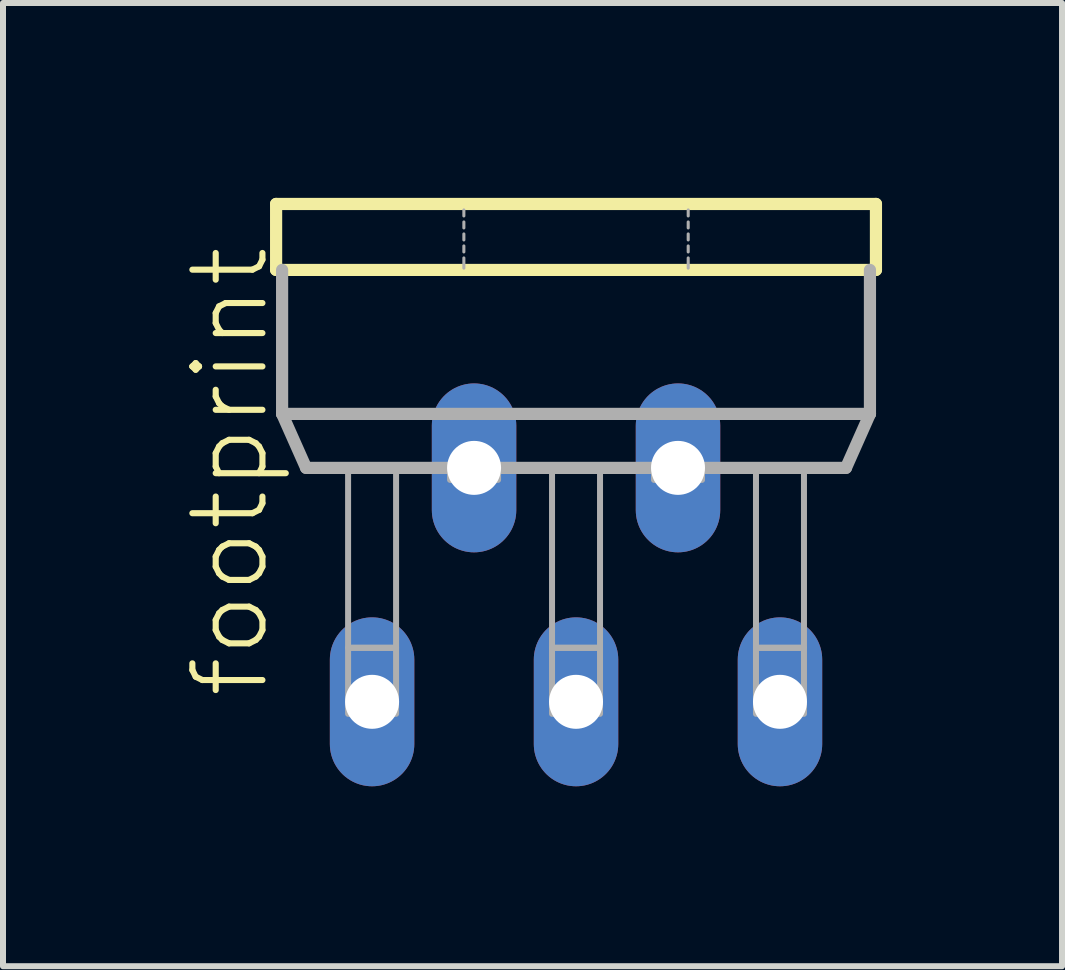
<source format=kicad_pcb>
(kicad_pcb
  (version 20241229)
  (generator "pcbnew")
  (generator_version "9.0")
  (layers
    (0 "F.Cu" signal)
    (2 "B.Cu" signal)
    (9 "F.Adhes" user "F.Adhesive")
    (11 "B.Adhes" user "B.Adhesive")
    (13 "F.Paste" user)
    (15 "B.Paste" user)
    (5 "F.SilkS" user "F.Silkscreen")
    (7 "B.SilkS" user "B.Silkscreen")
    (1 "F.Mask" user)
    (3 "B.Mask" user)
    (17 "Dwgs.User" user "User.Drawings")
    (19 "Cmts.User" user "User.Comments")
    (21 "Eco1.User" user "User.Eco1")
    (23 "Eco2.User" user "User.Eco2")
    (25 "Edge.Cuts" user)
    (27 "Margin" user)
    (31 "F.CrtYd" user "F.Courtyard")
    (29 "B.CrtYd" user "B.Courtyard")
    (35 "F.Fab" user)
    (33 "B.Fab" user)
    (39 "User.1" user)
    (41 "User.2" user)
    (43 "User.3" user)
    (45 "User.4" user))
  (footprint "footprint"
    (layer "F.Cu")
    (at 6.553 0.25)
    (property "Reference" "footprint" (at -5.08 8.382 90) (layer "F.SilkS") (effects (font (size 1.168 1.168) (thickness 0.102)) (justify left bottom)))
    (fp_line (start -5 0.1) (end -5 1.2) (stroke (width 0.203) (type solid)) (layer "F.SilkS"))
    (fp_line (start -5 1.2) (end 5 1.2) (stroke (width 0.203) (type solid)) (layer "F.SilkS"))
    (fp_line (start 5 0.1) (end -5 0.1) (stroke (width 0.203) (type solid)) (layer "F.SilkS"))
    (fp_line (start 5 1.2) (end 5 0.1) (stroke (width 0.203) (type solid)) (layer "F.SilkS"))
    (fp_line (start -4.9 1.2) (end -4.9 3.6) (stroke (width 0.203) (type solid)) (layer "F.Fab"))
    (fp_line (start -4.9 3.6) (end -4.5 4.5) (stroke (width 0.203) (type solid)) (layer "F.Fab"))
    (fp_line (start -4.9 3.6) (end 4.9 3.6) (stroke (width 0.203) (type solid)) (layer "F.Fab"))
    (fp_line (start -4.5 4.5) (end 4.5 4.5) (stroke (width 0.203) (type solid)) (layer "F.Fab"))
    (fp_line (start -1.87 0.2) (end -1.87 0.3) (stroke (width 0.051) (type solid)) (layer "F.Fab"))
    (fp_line (start -1.87 0.4) (end -1.87 0.5) (stroke (width 0.051) (type solid)) (layer "F.Fab"))
    (fp_line (start -1.87 0.6) (end -1.87 0.7) (stroke (width 0.051) (type solid)) (layer "F.Fab"))
    (fp_line (start -1.87 0.8) (end -1.87 0.9) (stroke (width 0.051) (type solid)) (layer "F.Fab"))
    (fp_line (start -1.87 1) (end -1.87 1.17) (stroke (width 0.051) (type solid)) (layer "F.Fab"))
    (fp_line (start 1.87 0.3) (end 1.87 0.2) (stroke (width 0.051) (type solid)) (layer "F.Fab"))
    (fp_line (start 1.87 0.5) (end 1.87 0.4) (stroke (width 0.051) (type solid)) (layer "F.Fab"))
    (fp_line (start 1.87 0.7) (end 1.87 0.6) (stroke (width 0.051) (type solid)) (layer "F.Fab"))
    (fp_line (start 1.87 0.9) (end 1.87 0.8) (stroke (width 0.051) (type solid)) (layer "F.Fab"))
    (fp_line (start 1.87 1.17) (end 1.87 1) (stroke (width 0.051) (type solid)) (layer "F.Fab"))
    (fp_line (start 4.5 4.5) (end 4.9 3.6) (stroke (width 0.203) (type solid)) (layer "F.Fab"))
    (fp_line (start 4.9 3.6) (end 4.9 1.2) (stroke (width 0.203) (type solid)) (layer "F.Fab"))
    (fp_poly (pts (xy -3.8 7.5) (xy -3 7.5) (xy -3 4.5) (xy -3.8 4.5)) (stroke (width 0.1) (type solid)) (fill no) (layer "F.Fab"))
    (fp_poly (pts (xy -3.8 8.6) (xy -3 8.6) (xy -3 7.5) (xy -3.8 7.5)) (stroke (width 0.1) (type solid)) (fill no) (layer "F.Fab"))
    (fp_poly (pts (xy -2.1 4.7) (xy -1.3 4.7) (xy -1.3 4.5) (xy -2.1 4.5)) (stroke (width 0.1) (type solid)) (fill no) (layer "F.Fab"))
    (fp_poly (pts (xy -0.4 7.5) (xy 0.4 7.5) (xy 0.4 4.5) (xy -0.4 4.5)) (stroke (width 0.1) (type solid)) (fill no) (layer "F.Fab"))
    (fp_poly (pts (xy -0.4 8.6) (xy 0.4 8.6) (xy 0.4 7.5) (xy -0.4 7.5)) (stroke (width 0.1) (type solid)) (fill no) (layer "F.Fab"))
    (fp_poly (pts (xy 1.3 4.7) (xy 2.1 4.7) (xy 2.1 4.5) (xy 1.3 4.5)) (stroke (width 0.1) (type solid)) (fill no) (layer "F.Fab"))
    (fp_poly (pts (xy 3 7.5) (xy 3.8 7.5) (xy 3.8 4.5) (xy 3 4.5)) (stroke (width 0.1) (type solid)) (fill no) (layer "F.Fab"))
    (fp_poly (pts (xy 3 8.6) (xy 3.8 8.6) (xy 3.8 7.5) (xy 3 7.5)) (stroke (width 0.1) (type solid)) (fill no) (layer "F.Fab"))
    (pad "1" thru_hole oval (at -3.4 8.4 90) (size 2.816 1.408) (drill 0.9) (layers "*.Cu" "*.Mask"))
    (pad "2" thru_hole oval (at -1.7 4.5 90) (size 2.816 1.408) (drill 0.9) (layers "*.Cu" "*.Mask"))
    (pad "3" thru_hole oval (at 0 8.4 90) (size 2.816 1.408) (drill 0.9) (layers "*.Cu" "*.Mask"))
    (pad "4" thru_hole oval (at 1.7 4.5 90) (size 2.816 1.408) (drill 0.9) (layers "*.Cu" "*.Mask"))
    (pad "5" thru_hole oval (at 3.4 8.4 90) (size 2.816 1.408) (drill 0.9) (layers "*.Cu" "*.Mask")))
  (gr_rect
    (start -3 -3)
    (end 14.655 13.058)
    (stroke (width 0.1) (type default))
    (fill no)
    (layer "Edge.Cuts")))
</source>
